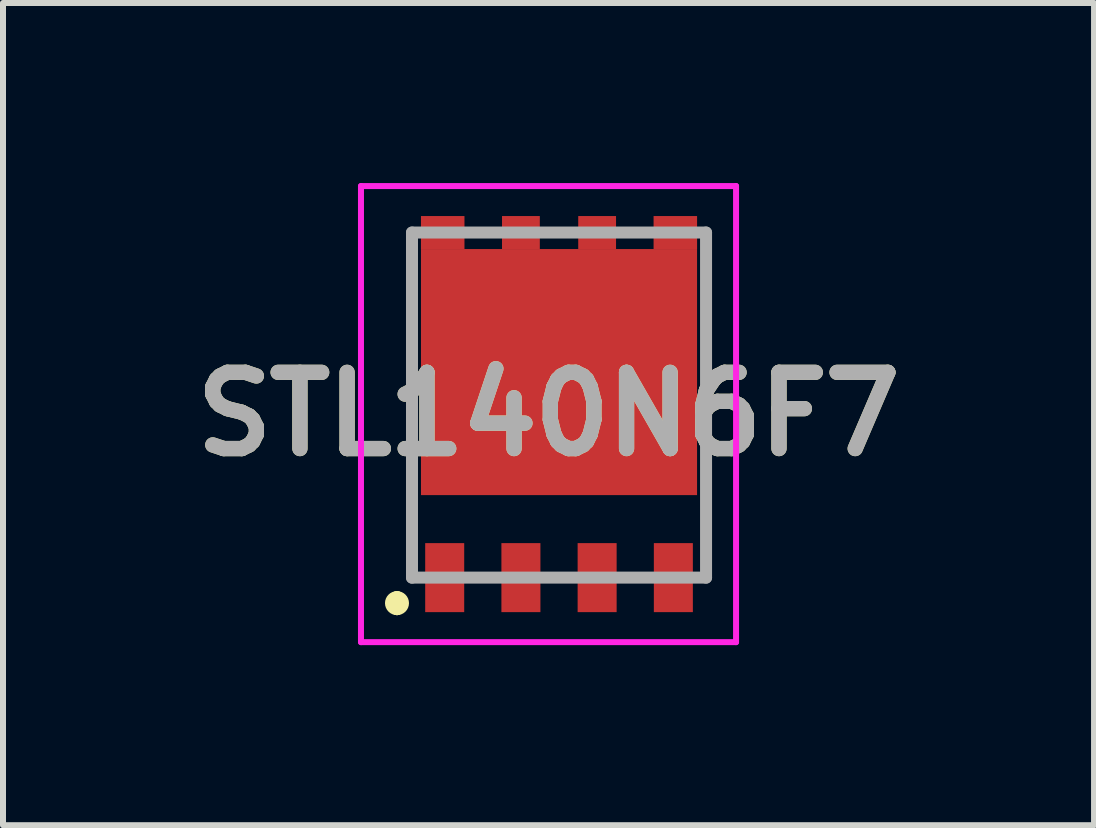
<source format=kicad_pcb>
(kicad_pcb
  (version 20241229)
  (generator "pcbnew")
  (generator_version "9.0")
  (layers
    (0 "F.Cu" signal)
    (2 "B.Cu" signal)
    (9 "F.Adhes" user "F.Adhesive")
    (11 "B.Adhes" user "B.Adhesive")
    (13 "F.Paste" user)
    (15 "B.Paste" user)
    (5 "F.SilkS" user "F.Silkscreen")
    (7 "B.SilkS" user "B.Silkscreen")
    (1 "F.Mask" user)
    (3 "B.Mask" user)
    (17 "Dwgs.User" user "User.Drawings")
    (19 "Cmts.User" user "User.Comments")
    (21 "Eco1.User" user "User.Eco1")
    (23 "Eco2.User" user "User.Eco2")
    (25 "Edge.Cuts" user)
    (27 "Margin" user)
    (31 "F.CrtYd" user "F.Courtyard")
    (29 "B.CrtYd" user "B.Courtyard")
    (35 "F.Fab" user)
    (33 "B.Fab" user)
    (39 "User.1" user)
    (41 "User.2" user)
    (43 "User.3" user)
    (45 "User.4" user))
  (footprint "STL140N6F7"
    (layer "F.Cu")
    (at 6.265 3.7)
    (property "Reference" "STL140N6F7" (at -0.175 0.15 0) (layer "F.SilkS") (effects (font (size 1.27 1.27) (thickness 0.254))))
    (attr smd)
    (fp_line (start -2.7 3.2) (end -2.7 3.2) (stroke (width 0.2) (type solid)) (layer "F.SilkS"))
    (fp_line (start -2.7 3.4) (end -2.7 3.4) (stroke (width 0.2) (type solid)) (layer "F.SilkS"))
    (fp_line (start -2.45 1.8) (end -2.45 2) (stroke (width 0.1) (type solid)) (layer "F.SilkS"))
    (fp_line (start -0.1 -2.875) (end 0.1 -2.875) (stroke (width 0.1) (type solid)) (layer "F.SilkS"))
    (fp_line (start -0.1 2.875) (end 0.1 2.875) (stroke (width 0.1) (type solid)) (layer "F.SilkS"))
    (fp_line (start 2.45 1.8) (end 2.45 2) (stroke (width 0.1) (type solid)) (layer "F.SilkS"))
    (fp_arc (start -2.7 3.2) (mid -2.6 3.3) (end -2.7 3.4) (stroke (width 0.2) (type solid)) (layer "F.SilkS"))
    (fp_arc (start -2.7 3.4) (mid -2.8 3.3) (end -2.7 3.2) (stroke (width 0.2) (type solid)) (layer "F.SilkS"))
    (fp_line (start -3.3 -3.65) (end 2.95 -3.65) (stroke (width 0.1) (type solid)) (layer "F.CrtYd"))
    (fp_line (start -3.3 3.95) (end -3.3 -3.65) (stroke (width 0.1) (type solid)) (layer "F.CrtYd"))
    (fp_line (start 2.95 -3.65) (end 2.95 3.95) (stroke (width 0.1) (type solid)) (layer "F.CrtYd"))
    (fp_line (start 2.95 3.95) (end -3.3 3.95) (stroke (width 0.1) (type solid)) (layer "F.CrtYd"))
    (fp_line (start -2.45 -2.875) (end 2.45 -2.875) (stroke (width 0.2) (type solid)) (layer "F.Fab"))
    (fp_line (start -2.45 2.875) (end -2.45 -2.875) (stroke (width 0.2) (type solid)) (layer "F.Fab"))
    (fp_line (start 2.45 -2.875) (end 2.45 2.875) (stroke (width 0.2) (type solid)) (layer "F.Fab"))
    (fp_line (start 2.45 2.875) (end -2.45 2.875) (stroke (width 0.2) (type solid)) (layer "F.Fab"))
    (fp_text user "${REFERENCE}" (at -0.175 0.15 0) (layer "F.Fab") (effects (font (size 1.27 1.27) (thickness 0.254))))
    (pad "1" smd rect (at -1.905 2.875) (size 0.65 1.15) (layers "F.Cu" "F.Mask" "F.Paste"))
    (pad "2" smd rect (at -0.635 2.875) (size 0.65 1.15) (layers "F.Cu" "F.Mask" "F.Paste"))
    (pad "3" smd rect (at 0.635 2.875) (size 0.65 1.15) (layers "F.Cu" "F.Mask" "F.Paste"))
    (pad "4" smd rect (at 1.905 2.875) (size 0.65 1.15) (layers "F.Cu" "F.Mask" "F.Paste"))
    (pad "5" smd rect (at 1.938 -2.875 90) (size 0.55 0.725) (layers "F.Cu" "F.Mask" "F.Paste"))
    (pad "6" smd rect (at 0.635 -2.875 90) (size 0.55 0.63) (layers "F.Cu" "F.Mask" "F.Paste"))
    (pad "7" smd rect (at -0.635 -2.875 90) (size 0.55 0.63) (layers "F.Cu" "F.Mask" "F.Paste"))
    (pad "8" smd rect (at -1.938 -2.875 90) (size 0.55 0.725) (layers "F.Cu" "F.Mask" "F.Paste"))
    (pad "9" smd rect (at 0 -0.55 90) (size 4.1 4.6) (layers "F.Cu" "F.Mask" "F.Paste")))
  (gr_rect
    (start -3 -3)
    (end 15.18 10.7)
    (stroke (width 0.1) (type default))
    (fill no)
    (layer "Edge.Cuts")))
</source>
